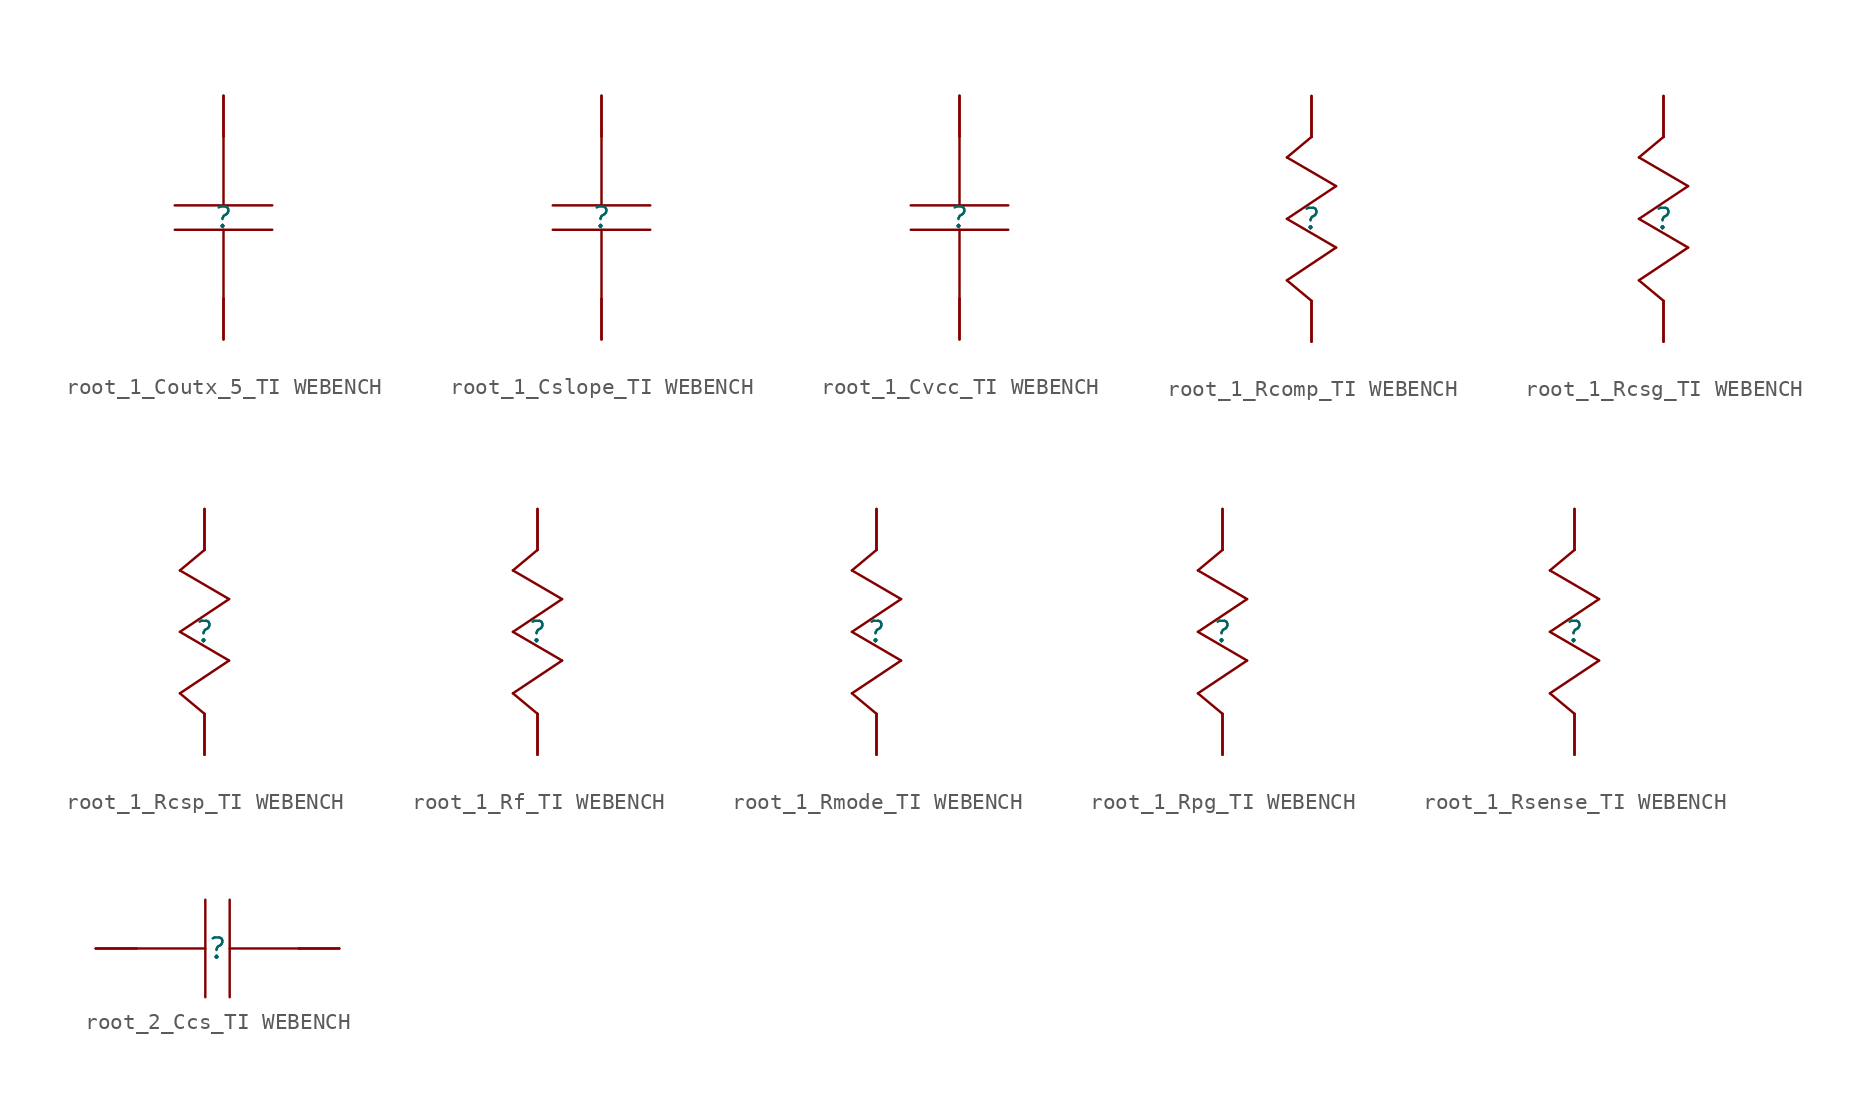
<source format=kicad_sym>
(kicad_symbol_lib
  (version 20241209)
  (generator "kicad_symbol_editor")
  (generator_version "9.0")
  (symbol "root_1_Coutx_5_TI WEBENCH"
    (pin_numbers
      (hide yes))
    (pin_names
      (hide yes))
    (property "Reference" ""
      (at 0 0 0)
      (effects (font (size 1.27 1.27))))
    (property "Value" ""
      (at 0 0 0)
      (effects (font (size 1.27 1.27))))
    (symbol "root_1_Coutx_5_TI WEBENCH_1_0"
      (polyline (pts (xy 0 7.62) (xy 0 5.08)) (stroke (width 0) (type solid)) (fill (type none)))
      (polyline (pts (xy 0 0.762) (xy 0 5.08)) (stroke (width 0) (type solid)) (fill (type none)))
      (polyline (pts (xy 0 -5.08) (xy 0 -0.762)) (stroke (width 0) (type solid)) (fill (type none)))
      (polyline (pts (xy 0 -7.62) (xy 0 -5.08)) (stroke (width 0) (type solid)) (fill (type none)))
      (polyline (pts (xy 3.048 0.762) (xy -3.048 0.762)) (stroke (width 0) (type solid)) (fill (type none)))
      (polyline (pts (xy 3.048 -0.762) (xy -3.048 -0.762)) (stroke (width 0) (type solid)) (fill (type none)))
      (pin passive line (at 0 7.62 270) (length 2.54) (name "1" (effects (font (size 1.27 1.27)))) (number "1" (effects (font (size 1.27 1.27)))))
      (pin passive line (at 0 -7.62 90) (length 2.54) (name "2" (effects (font (size 1.27 1.27)))) (number "2" (effects (font (size 1.27 1.27)))))))
  (symbol "root_1_Cslope_TI WEBENCH"
    (pin_numbers
      (hide yes))
    (pin_names
      (hide yes))
    (property "Reference" ""
      (at 0 0 0)
      (effects (font (size 1.27 1.27))))
    (property "Value" ""
      (at 0 0 0)
      (effects (font (size 1.27 1.27))))
    (symbol "root_1_Cslope_TI WEBENCH_1_0"
      (polyline (pts (xy 0 7.62) (xy 0 5.08)) (stroke (width 0) (type solid)) (fill (type none)))
      (polyline (pts (xy 0 0.762) (xy 0 5.08)) (stroke (width 0) (type solid)) (fill (type none)))
      (polyline (pts (xy 0 -5.08) (xy 0 -0.762)) (stroke (width 0) (type solid)) (fill (type none)))
      (polyline (pts (xy 0 -7.62) (xy 0 -5.08)) (stroke (width 0) (type solid)) (fill (type none)))
      (polyline (pts (xy 3.048 0.762) (xy -3.048 0.762)) (stroke (width 0) (type solid)) (fill (type none)))
      (polyline (pts (xy 3.048 -0.762) (xy -3.048 -0.762)) (stroke (width 0) (type solid)) (fill (type none)))
      (pin passive line (at 0 7.62 270) (length 2.54) (name "1" (effects (font (size 1.27 1.27)))) (number "1" (effects (font (size 1.27 1.27)))))
      (pin passive line (at 0 -7.62 90) (length 2.54) (name "2" (effects (font (size 1.27 1.27)))) (number "2" (effects (font (size 1.27 1.27)))))))
  (symbol "root_1_Cvcc_TI WEBENCH"
    (pin_numbers
      (hide yes))
    (pin_names
      (hide yes))
    (property "Reference" ""
      (at 0 0 0)
      (effects (font (size 1.27 1.27))))
    (property "Value" ""
      (at 0 0 0)
      (effects (font (size 1.27 1.27))))
    (symbol "root_1_Cvcc_TI WEBENCH_1_0"
      (polyline (pts (xy 0 7.62) (xy 0 5.08)) (stroke (width 0) (type solid)) (fill (type none)))
      (polyline (pts (xy 0 0.762) (xy 0 5.08)) (stroke (width 0) (type solid)) (fill (type none)))
      (polyline (pts (xy 0 -5.08) (xy 0 -0.762)) (stroke (width 0) (type solid)) (fill (type none)))
      (polyline (pts (xy 0 -7.62) (xy 0 -5.08)) (stroke (width 0) (type solid)) (fill (type none)))
      (polyline (pts (xy 3.048 0.762) (xy -3.048 0.762)) (stroke (width 0) (type solid)) (fill (type none)))
      (polyline (pts (xy 3.048 -0.762) (xy -3.048 -0.762)) (stroke (width 0) (type solid)) (fill (type none)))
      (pin passive line (at 0 7.62 270) (length 2.54) (name "1" (effects (font (size 1.27 1.27)))) (number "1" (effects (font (size 1.27 1.27)))))
      (pin passive line (at 0 -7.62 90) (length 2.54) (name "2" (effects (font (size 1.27 1.27)))) (number "2" (effects (font (size 1.27 1.27)))))))
  (symbol "root_1_Rcomp_TI WEBENCH"
    (pin_numbers
      (hide yes))
    (pin_names
      (hide yes))
    (property "Reference" ""
      (at 0 0 0)
      (effects (font (size 1.27 1.27))))
    (property "Value" ""
      (at 0 0 0)
      (effects (font (size 1.27 1.27))))
    (symbol "root_1_Rcomp_TI WEBENCH_1_0"
      (polyline (pts (xy -1.524 3.81) (xy 1.524 2.032)) (stroke (width 0) (type solid)) (fill (type none)))
      (polyline (pts (xy -1.524 0) (xy 1.524 -1.778)) (stroke (width 0) (type solid)) (fill (type none)))
      (polyline (pts (xy -1.524 -3.81) (xy 0 -5.08)) (stroke (width 0) (type solid)) (fill (type none)))
      (polyline (pts (xy 0 7.62) (xy 0 5.08)) (stroke (width 0) (type solid)) (fill (type none)))
      (polyline (pts (xy 0 5.08) (xy -1.524 3.81)) (stroke (width 0) (type solid)) (fill (type none)))
      (polyline (pts (xy 0 -5.08) (xy 0 -7.62)) (stroke (width 0) (type solid)) (fill (type none)))
      (polyline (pts (xy 1.524 2.032) (xy -1.524 0)) (stroke (width 0) (type solid)) (fill (type none)))
      (polyline (pts (xy 1.524 -1.778) (xy -1.524 -3.81)) (stroke (width 0) (type solid)) (fill (type none)))
      (pin passive line (at 0 7.62 270) (length 2.54) (name "1" (effects (font (size 1.27 1.27)))) (number "1" (effects (font (size 1.27 1.27)))))
      (pin passive line (at 0 -7.62 90) (length 2.54) (name "2" (effects (font (size 1.27 1.27)))) (number "2" (effects (font (size 1.27 1.27)))))))
  (symbol "root_1_Rcsg_TI WEBENCH"
    (pin_numbers
      (hide yes))
    (pin_names
      (hide yes))
    (property "Reference" ""
      (at 0 0 0)
      (effects (font (size 1.27 1.27))))
    (property "Value" ""
      (at 0 0 0)
      (effects (font (size 1.27 1.27))))
    (symbol "root_1_Rcsg_TI WEBENCH_1_0"
      (polyline (pts (xy -1.524 3.81) (xy 1.524 2.032)) (stroke (width 0) (type solid)) (fill (type none)))
      (polyline (pts (xy -1.524 0) (xy 1.524 -1.778)) (stroke (width 0) (type solid)) (fill (type none)))
      (polyline (pts (xy -1.524 -3.81) (xy 0 -5.08)) (stroke (width 0) (type solid)) (fill (type none)))
      (polyline (pts (xy 0 7.62) (xy 0 5.08)) (stroke (width 0) (type solid)) (fill (type none)))
      (polyline (pts (xy 0 5.08) (xy -1.524 3.81)) (stroke (width 0) (type solid)) (fill (type none)))
      (polyline (pts (xy 0 -5.08) (xy 0 -7.62)) (stroke (width 0) (type solid)) (fill (type none)))
      (polyline (pts (xy 1.524 2.032) (xy -1.524 0)) (stroke (width 0) (type solid)) (fill (type none)))
      (polyline (pts (xy 1.524 -1.778) (xy -1.524 -3.81)) (stroke (width 0) (type solid)) (fill (type none)))
      (pin passive line (at 0 7.62 270) (length 2.54) (name "1" (effects (font (size 1.27 1.27)))) (number "1" (effects (font (size 1.27 1.27)))))
      (pin passive line (at 0 -7.62 90) (length 2.54) (name "2" (effects (font (size 1.27 1.27)))) (number "2" (effects (font (size 1.27 1.27)))))))
  (symbol "root_1_Rcsp_TI WEBENCH"
    (pin_numbers
      (hide yes))
    (pin_names
      (hide yes))
    (property "Reference" ""
      (at 0 0 0)
      (effects (font (size 1.27 1.27))))
    (property "Value" ""
      (at 0 0 0)
      (effects (font (size 1.27 1.27))))
    (symbol "root_1_Rcsp_TI WEBENCH_1_0"
      (polyline (pts (xy -1.524 3.81) (xy 1.524 2.032)) (stroke (width 0) (type solid)) (fill (type none)))
      (polyline (pts (xy -1.524 0) (xy 1.524 -1.778)) (stroke (width 0) (type solid)) (fill (type none)))
      (polyline (pts (xy -1.524 -3.81) (xy 0 -5.08)) (stroke (width 0) (type solid)) (fill (type none)))
      (polyline (pts (xy 0 7.62) (xy 0 5.08)) (stroke (width 0) (type solid)) (fill (type none)))
      (polyline (pts (xy 0 5.08) (xy -1.524 3.81)) (stroke (width 0) (type solid)) (fill (type none)))
      (polyline (pts (xy 0 -5.08) (xy 0 -7.62)) (stroke (width 0) (type solid)) (fill (type none)))
      (polyline (pts (xy 1.524 2.032) (xy -1.524 0)) (stroke (width 0) (type solid)) (fill (type none)))
      (polyline (pts (xy 1.524 -1.778) (xy -1.524 -3.81)) (stroke (width 0) (type solid)) (fill (type none)))
      (pin passive line (at 0 7.62 270) (length 2.54) (name "1" (effects (font (size 1.27 1.27)))) (number "1" (effects (font (size 1.27 1.27)))))
      (pin passive line (at 0 -7.62 90) (length 2.54) (name "2" (effects (font (size 1.27 1.27)))) (number "2" (effects (font (size 1.27 1.27)))))))
  (symbol "root_1_Rf_TI WEBENCH"
    (pin_numbers
      (hide yes))
    (pin_names
      (hide yes))
    (property "Reference" ""
      (at 0 0 0)
      (effects (font (size 1.27 1.27))))
    (property "Value" ""
      (at 0 0 0)
      (effects (font (size 1.27 1.27))))
    (symbol "root_1_Rf_TI WEBENCH_1_0"
      (polyline (pts (xy -1.524 3.81) (xy 1.524 2.032)) (stroke (width 0) (type solid)) (fill (type none)))
      (polyline (pts (xy -1.524 0) (xy 1.524 -1.778)) (stroke (width 0) (type solid)) (fill (type none)))
      (polyline (pts (xy -1.524 -3.81) (xy 0 -5.08)) (stroke (width 0) (type solid)) (fill (type none)))
      (polyline (pts (xy 0 7.62) (xy 0 5.08)) (stroke (width 0) (type solid)) (fill (type none)))
      (polyline (pts (xy 0 5.08) (xy -1.524 3.81)) (stroke (width 0) (type solid)) (fill (type none)))
      (polyline (pts (xy 0 -5.08) (xy 0 -7.62)) (stroke (width 0) (type solid)) (fill (type none)))
      (polyline (pts (xy 1.524 2.032) (xy -1.524 0)) (stroke (width 0) (type solid)) (fill (type none)))
      (polyline (pts (xy 1.524 -1.778) (xy -1.524 -3.81)) (stroke (width 0) (type solid)) (fill (type none)))
      (pin passive line (at 0 7.62 270) (length 2.54) (name "1" (effects (font (size 1.27 1.27)))) (number "1" (effects (font (size 1.27 1.27)))))
      (pin passive line (at 0 -7.62 90) (length 2.54) (name "2" (effects (font (size 1.27 1.27)))) (number "2" (effects (font (size 1.27 1.27)))))))
  (symbol "root_1_Rmode_TI WEBENCH"
    (pin_numbers
      (hide yes))
    (pin_names
      (hide yes))
    (property "Reference" ""
      (at 0 0 0)
      (effects (font (size 1.27 1.27))))
    (property "Value" ""
      (at 0 0 0)
      (effects (font (size 1.27 1.27))))
    (symbol "root_1_Rmode_TI WEBENCH_1_0"
      (polyline (pts (xy -1.524 3.81) (xy 1.524 2.032)) (stroke (width 0) (type solid)) (fill (type none)))
      (polyline (pts (xy -1.524 0) (xy 1.524 -1.778)) (stroke (width 0) (type solid)) (fill (type none)))
      (polyline (pts (xy -1.524 -3.81) (xy 0 -5.08)) (stroke (width 0) (type solid)) (fill (type none)))
      (polyline (pts (xy 0 7.62) (xy 0 5.08)) (stroke (width 0) (type solid)) (fill (type none)))
      (polyline (pts (xy 0 5.08) (xy -1.524 3.81)) (stroke (width 0) (type solid)) (fill (type none)))
      (polyline (pts (xy 0 -5.08) (xy 0 -7.62)) (stroke (width 0) (type solid)) (fill (type none)))
      (polyline (pts (xy 1.524 2.032) (xy -1.524 0)) (stroke (width 0) (type solid)) (fill (type none)))
      (polyline (pts (xy 1.524 -1.778) (xy -1.524 -3.81)) (stroke (width 0) (type solid)) (fill (type none)))
      (pin passive line (at 0 7.62 270) (length 2.54) (name "1" (effects (font (size 1.27 1.27)))) (number "1" (effects (font (size 1.27 1.27)))))
      (pin passive line (at 0 -7.62 90) (length 2.54) (name "2" (effects (font (size 1.27 1.27)))) (number "2" (effects (font (size 1.27 1.27)))))))
  (symbol "root_1_Rpg_TI WEBENCH"
    (pin_numbers
      (hide yes))
    (pin_names
      (hide yes))
    (property "Reference" ""
      (at 0 0 0)
      (effects (font (size 1.27 1.27))))
    (property "Value" ""
      (at 0 0 0)
      (effects (font (size 1.27 1.27))))
    (symbol "root_1_Rpg_TI WEBENCH_1_0"
      (polyline (pts (xy -1.524 3.81) (xy 1.524 2.032)) (stroke (width 0) (type solid)) (fill (type none)))
      (polyline (pts (xy -1.524 0) (xy 1.524 -1.778)) (stroke (width 0) (type solid)) (fill (type none)))
      (polyline (pts (xy -1.524 -3.81) (xy 0 -5.08)) (stroke (width 0) (type solid)) (fill (type none)))
      (polyline (pts (xy 0 7.62) (xy 0 5.08)) (stroke (width 0) (type solid)) (fill (type none)))
      (polyline (pts (xy 0 5.08) (xy -1.524 3.81)) (stroke (width 0) (type solid)) (fill (type none)))
      (polyline (pts (xy 0 -5.08) (xy 0 -7.62)) (stroke (width 0) (type solid)) (fill (type none)))
      (polyline (pts (xy 1.524 2.032) (xy -1.524 0)) (stroke (width 0) (type solid)) (fill (type none)))
      (polyline (pts (xy 1.524 -1.778) (xy -1.524 -3.81)) (stroke (width 0) (type solid)) (fill (type none)))
      (pin passive line (at 0 7.62 270) (length 2.54) (name "1" (effects (font (size 1.27 1.27)))) (number "1" (effects (font (size 1.27 1.27)))))
      (pin passive line (at 0 -7.62 90) (length 2.54) (name "2" (effects (font (size 1.27 1.27)))) (number "2" (effects (font (size 1.27 1.27)))))))
  (symbol "root_1_Rsense_TI WEBENCH"
    (pin_numbers
      (hide yes))
    (pin_names
      (hide yes))
    (property "Reference" ""
      (at 0 0 0)
      (effects (font (size 1.27 1.27))))
    (property "Value" ""
      (at 0 0 0)
      (effects (font (size 1.27 1.27))))
    (symbol "root_1_Rsense_TI WEBENCH_1_0"
      (polyline (pts (xy -1.524 3.81) (xy 1.524 2.032)) (stroke (width 0) (type solid)) (fill (type none)))
      (polyline (pts (xy -1.524 0) (xy 1.524 -1.778)) (stroke (width 0) (type solid)) (fill (type none)))
      (polyline (pts (xy -1.524 -3.81) (xy 0 -5.08)) (stroke (width 0) (type solid)) (fill (type none)))
      (polyline (pts (xy 0 7.62) (xy 0 5.08)) (stroke (width 0) (type solid)) (fill (type none)))
      (polyline (pts (xy 0 5.08) (xy -1.524 3.81)) (stroke (width 0) (type solid)) (fill (type none)))
      (polyline (pts (xy 0 -5.08) (xy 0 -7.62)) (stroke (width 0) (type solid)) (fill (type none)))
      (polyline (pts (xy 1.524 2.032) (xy -1.524 0)) (stroke (width 0) (type solid)) (fill (type none)))
      (polyline (pts (xy 1.524 -1.778) (xy -1.524 -3.81)) (stroke (width 0) (type solid)) (fill (type none)))
      (pin passive line (at 0 7.62 270) (length 2.54) (name "1" (effects (font (size 1.27 1.27)))) (number "1" (effects (font (size 1.27 1.27)))))
      (pin passive line (at 0 -7.62 90) (length 2.54) (name "2" (effects (font (size 1.27 1.27)))) (number "2" (effects (font (size 1.27 1.27)))))))
  (symbol "root_2_Ccs_TI WEBENCH"
    (pin_numbers
      (hide yes))
    (pin_names
      (hide yes))
    (property "Reference" ""
      (at 0 0 0)
      (effects (font (size 1.27 1.27))))
    (property "Value" ""
      (at 0 0 0)
      (effects (font (size 1.27 1.27))))
    (symbol "root_2_Ccs_TI WEBENCH_1_0"
      (polyline (pts (xy -7.62 0) (xy -5.08 0)) (stroke (width 0) (type solid)) (fill (type none)))
      (polyline (pts (xy -0.762 3.048) (xy -0.762 -3.048)) (stroke (width 0) (type solid)) (fill (type none)))
      (polyline (pts (xy -0.762 0) (xy -5.08 0)) (stroke (width 0) (type solid)) (fill (type none)))
      (polyline (pts (xy 0.762 3.048) (xy 0.762 -3.048)) (stroke (width 0) (type solid)) (fill (type none)))
      (polyline (pts (xy 5.08 0) (xy 0.762 0)) (stroke (width 0) (type solid)) (fill (type none)))
      (polyline (pts (xy 7.62 0) (xy 5.08 0)) (stroke (width 0) (type solid)) (fill (type none)))
      (pin passive line (at -7.62 0 0) (length 2.54) (name "1" (effects (font (size 1.27 1.27)))) (number "1" (effects (font (size 1.27 1.27)))))
      (pin passive line (at 7.62 0 180) (length 2.54) (name "2" (effects (font (size 1.27 1.27)))) (number "2" (effects (font (size 1.27 1.27))))))))
</source>
